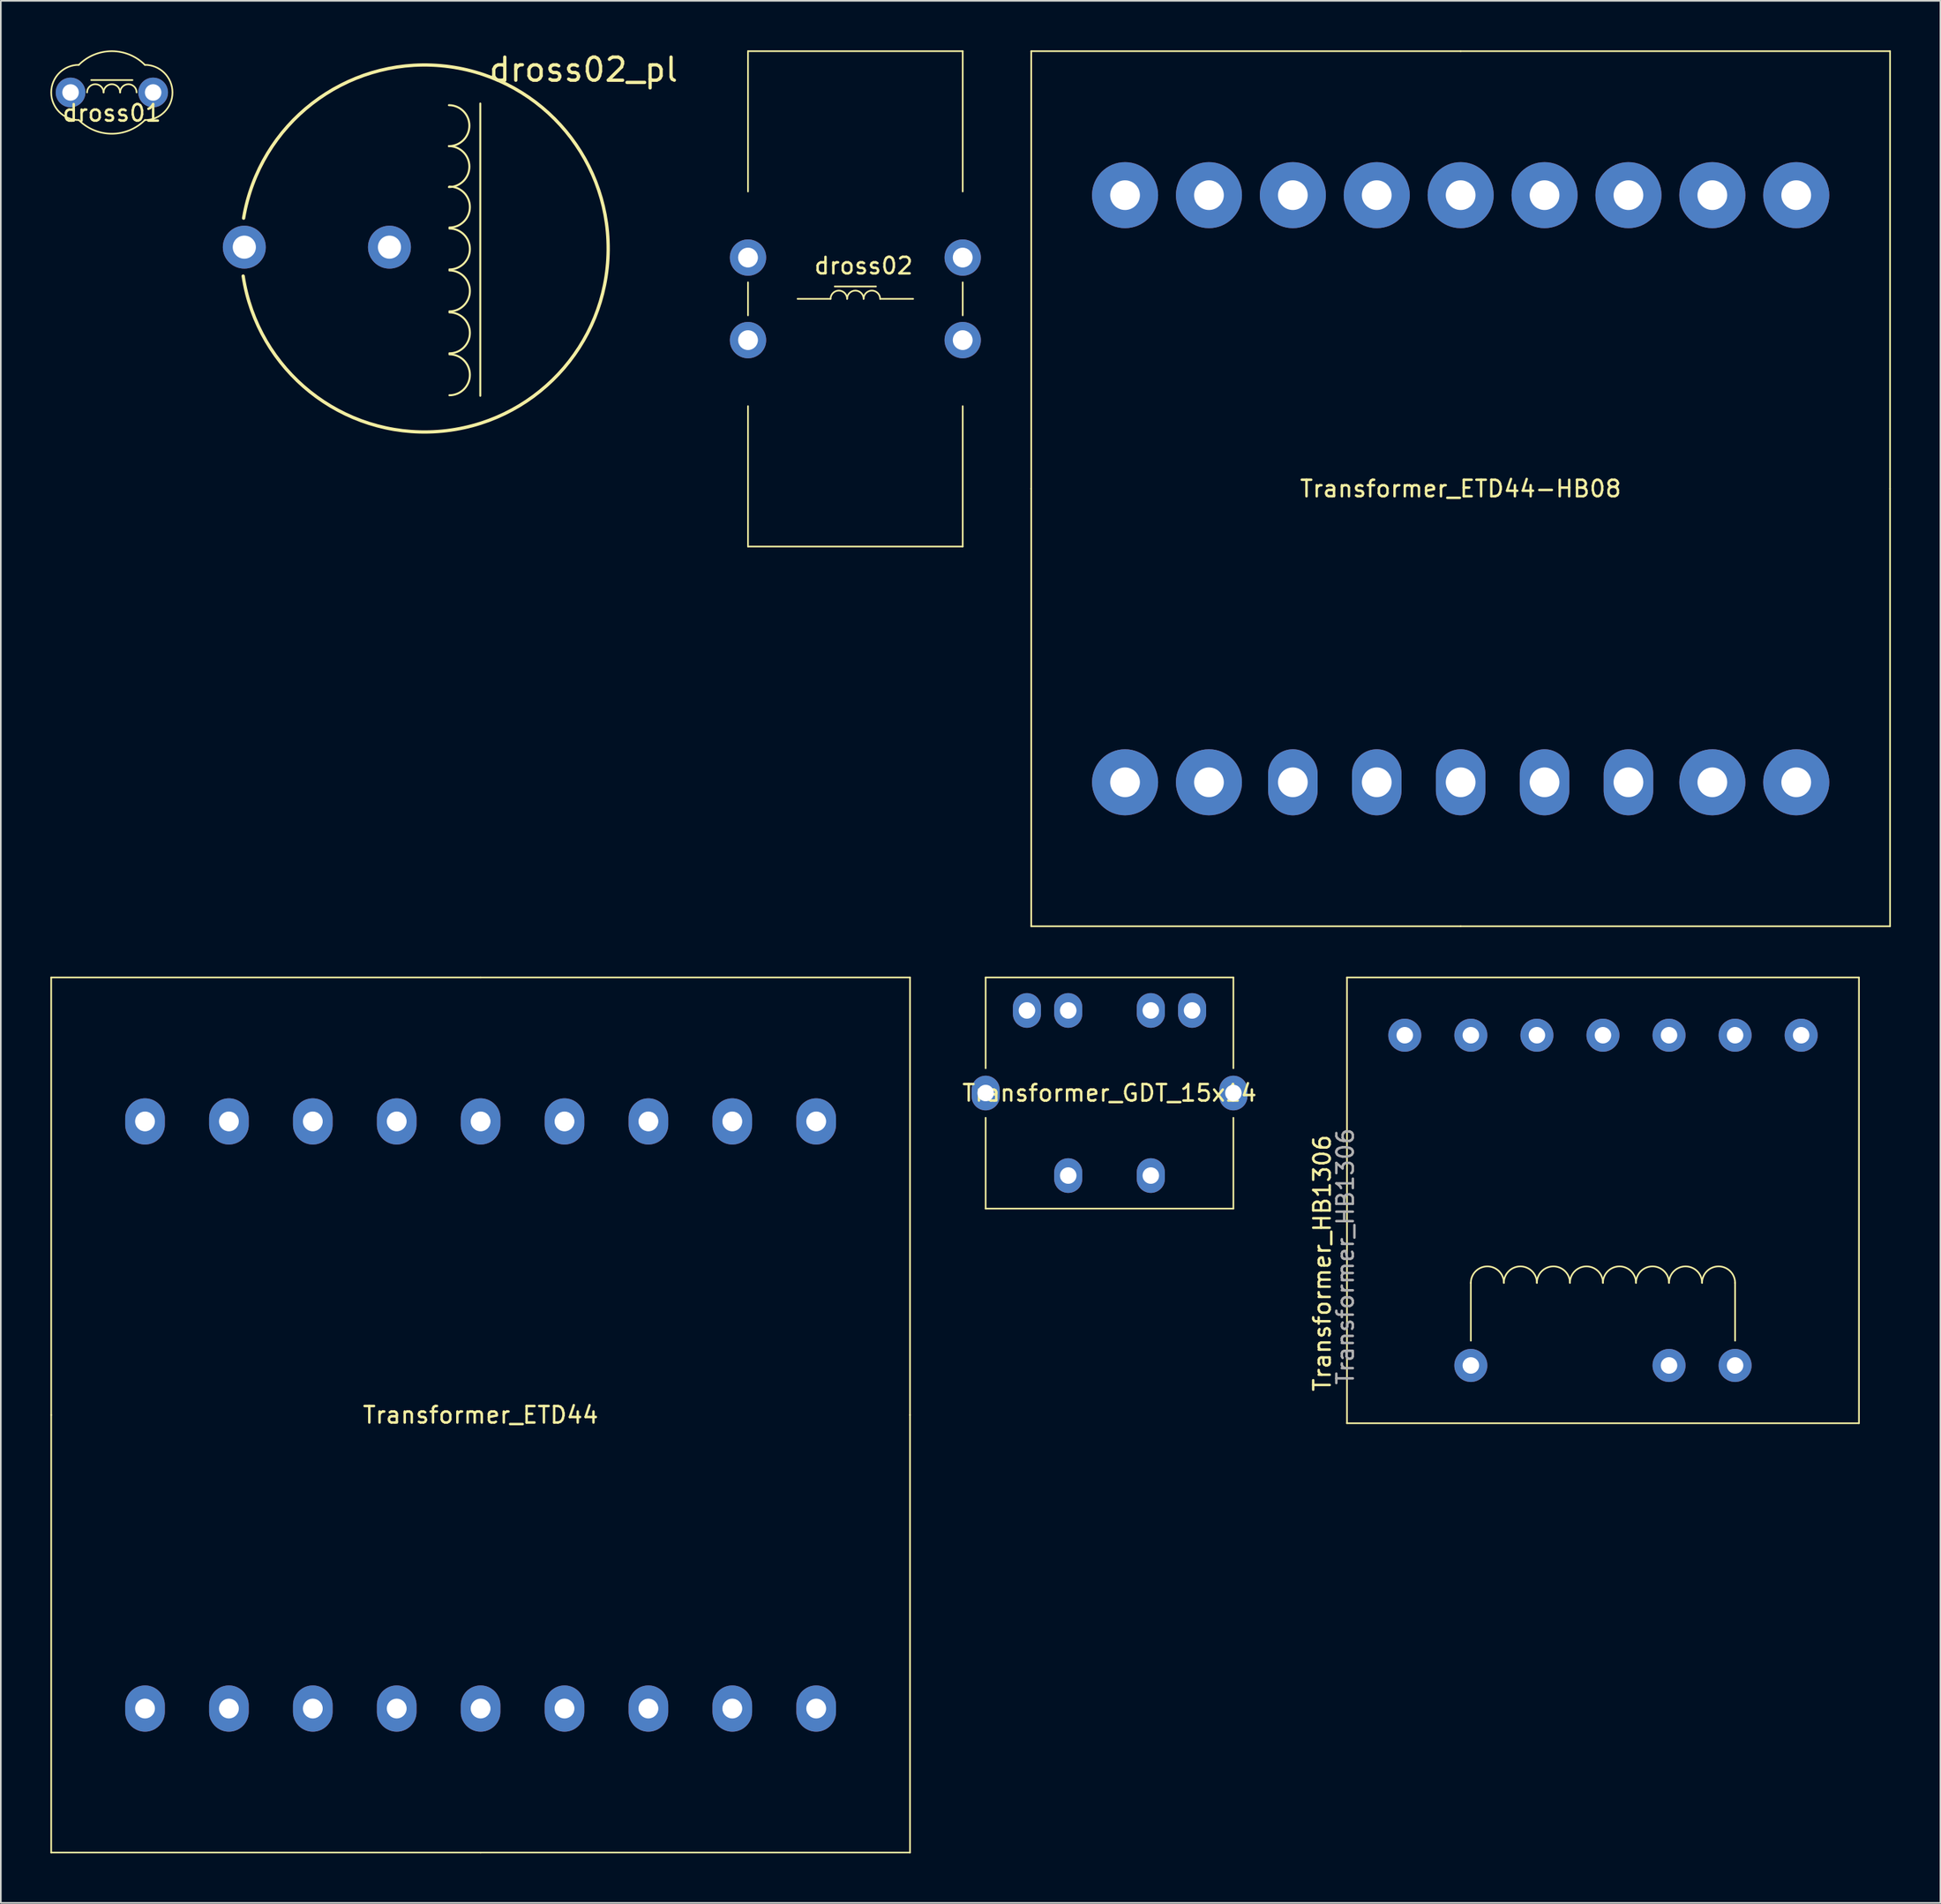
<source format=kicad_pcb>
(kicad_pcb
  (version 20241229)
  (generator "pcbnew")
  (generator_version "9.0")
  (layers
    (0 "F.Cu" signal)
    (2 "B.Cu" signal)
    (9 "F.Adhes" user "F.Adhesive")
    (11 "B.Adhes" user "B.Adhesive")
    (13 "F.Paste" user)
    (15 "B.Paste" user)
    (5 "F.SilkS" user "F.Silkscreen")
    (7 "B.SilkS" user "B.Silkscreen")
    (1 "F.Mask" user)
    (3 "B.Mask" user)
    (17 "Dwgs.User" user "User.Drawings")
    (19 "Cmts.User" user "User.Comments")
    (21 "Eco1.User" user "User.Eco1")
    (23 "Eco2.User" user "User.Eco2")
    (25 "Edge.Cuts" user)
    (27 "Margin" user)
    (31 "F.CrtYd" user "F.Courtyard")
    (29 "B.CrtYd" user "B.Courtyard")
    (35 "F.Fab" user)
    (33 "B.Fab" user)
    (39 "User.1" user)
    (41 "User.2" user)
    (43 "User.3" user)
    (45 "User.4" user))
  (footprint "Transformer_ETD44"
    (layer "F.Cu")
    (at 26.05 82.65)
    (property "Reference" "Transformer_ETD44" (at 0 0 180) (layer "F.SilkS") (effects (font (size 1 1) (thickness 0.15))))
    (attr through_hole)
    (fp_line (start -26 0) (end -26 -26.5) (stroke (width 0.1) (type default)) (layer "F.SilkS"))
    (fp_line (start -26 26.5) (end -26 0) (stroke (width 0.1) (type default)) (layer "F.SilkS"))
    (fp_line (start -26 26.5) (end 0 26.5) (stroke (width 0.1) (type default)) (layer "F.SilkS"))
    (fp_line (start 0 -26.5) (end -26 -26.5) (stroke (width 0.1) (type default)) (layer "F.SilkS"))
    (fp_line (start 0 26.5) (end 26 26.5) (stroke (width 0.1) (type default)) (layer "F.SilkS"))
    (fp_line (start 26 -26.5) (end 0 -26.5) (stroke (width 0.1) (type default)) (layer "F.SilkS"))
    (fp_line (start 26 0) (end 26 -26.5) (stroke (width 0.1) (type default)) (layer "F.SilkS"))
    (fp_line (start 26 26.5) (end 26 0) (stroke (width 0.1) (type default)) (layer "F.SilkS"))
    (pad "1" thru_hole oval (at -20.32 17.78) (size 2.4 2.8) (drill 1.2) (layers "*.Cu" "*.Mask"))
    (pad "2" thru_hole oval (at -15.24 17.78) (size 2.4 2.8) (drill 1.2) (layers "*.Cu" "*.Mask"))
    (pad "3" thru_hole oval (at -10.16 17.78) (size 2.4 2.8) (drill 1.2) (layers "*.Cu" "*.Mask"))
    (pad "4" thru_hole oval (at -5.08 17.78) (size 2.4 2.8) (drill 1.2) (layers "*.Cu" "*.Mask"))
    (pad "5" thru_hole oval (at 0 17.78) (size 2.4 2.8) (drill 1.2) (layers "*.Cu" "*.Mask"))
    (pad "6" thru_hole oval (at 5.08 17.78) (size 2.4 2.8) (drill 1.2) (layers "*.Cu" "*.Mask"))
    (pad "7" thru_hole oval (at 10.16 17.78) (size 2.4 2.8) (drill 1.2) (layers "*.Cu" "*.Mask"))
    (pad "8" thru_hole oval (at 15.24 17.78) (size 2.4 2.8) (drill 1.2) (layers "*.Cu" "*.Mask"))
    (pad "9" thru_hole oval (at 20.32 17.78) (size 2.4 2.8) (drill 1.2) (layers "*.Cu" "*.Mask"))
    (pad "10" thru_hole oval (at 20.32 -17.78) (size 2.4 2.8) (drill 1.2) (layers "*.Cu" "*.Mask"))
    (pad "11" thru_hole oval (at 15.24 -17.78) (size 2.4 2.8) (drill 1.2) (layers "*.Cu" "*.Mask"))
    (pad "12" thru_hole oval (at 10.16 -17.78) (size 2.4 2.8) (drill 1.2) (layers "*.Cu" "*.Mask"))
    (pad "13" thru_hole oval (at 5.08 -17.78) (size 2.4 2.8) (drill 1.2) (layers "*.Cu" "*.Mask"))
    (pad "14" thru_hole oval (at 0 -17.78) (size 2.4 2.8) (drill 1.2) (layers "*.Cu" "*.Mask"))
    (pad "15" thru_hole oval (at -5.08 -17.78) (size 2.4 2.8) (drill 1.2) (layers "*.Cu" "*.Mask"))
    (pad "16" thru_hole oval (at -10.16 -17.78) (size 2.4 2.8) (drill 1.2) (layers "*.Cu" "*.Mask"))
    (pad "17" thru_hole oval (at -15.24 -17.78) (size 2.4 2.8) (drill 1.2) (layers "*.Cu" "*.Mask"))
    (pad "18" thru_hole oval (at -20.32 -17.78) (size 2.4 2.8) (drill 1.2) (layers "*.Cu" "*.Mask")))
  (footprint "dross02"
    (layer "F.Cu")
    (at 42.241 20.05)
    (property "Reference" "dross02" (at 7 -7 0) (layer "F.SilkS") (effects (font (size 1 1) (thickness 0.15))))
    (fp_line (start 0 -20) (end 0 -11.5) (stroke (width 0.1) (type default)) (layer "F.SilkS"))
    (fp_line (start 0 -6) (end 0 -4) (stroke (width 0.1) (type default)) (layer "F.SilkS"))
    (fp_line (start 0 1.5) (end 0 10) (stroke (width 0.1) (type default)) (layer "F.SilkS"))
    (fp_line (start 0 10) (end 13 10) (stroke (width 0.1) (type default)) (layer "F.SilkS"))
    (fp_line (start 3 -5) (end 5 -5) (stroke (width 0.1) (type default)) (layer "F.SilkS"))
    (fp_line (start 5.25 -5.75) (end 7.75 -5.75) (stroke (width 0.1) (type default)) (layer "F.SilkS"))
    (fp_line (start 8 -5) (end 10 -5) (stroke (width 0.1) (type default)) (layer "F.SilkS"))
    (fp_line (start 13 -20) (end 0 -20) (stroke (width 0.1) (type default)) (layer "F.SilkS"))
    (fp_line (start 13 -20) (end 13 -11.5) (stroke (width 0.1) (type default)) (layer "F.SilkS"))
    (fp_line (start 13 -6) (end 13 -4) (stroke (width 0.1) (type default)) (layer "F.SilkS"))
    (fp_line (start 13 1.5) (end 13 10) (stroke (width 0.1) (type default)) (layer "F.SilkS"))
    (fp_arc (start 5 -5) (mid 5.5 -5.5) (end 6 -5) (stroke (width 0.1) (type default)) (layer "F.SilkS"))
    (fp_arc (start 6 -5) (mid 6.5 -5.5) (end 7 -5) (stroke (width 0.1) (type default)) (layer "F.SilkS"))
    (fp_arc (start 7 -5) (mid 7.5 -5.5) (end 8 -5) (stroke (width 0.1) (type default)) (layer "F.SilkS"))
    (pad "1" thru_hole circle (at 0 -7.5) (size 2.2 2.2) (drill 1.2) (layers "*.Cu" "*.Mask"))
    (pad "1" thru_hole circle (at 0 -2.5) (size 2.2 2.2) (drill 1.2) (layers "*.Cu" "*.Mask"))
    (pad "2" thru_hole circle (at 13 -7.5) (size 2.2 2.2) (drill 1.2) (layers "*.Cu" "*.Mask"))
    (pad "2" thru_hole circle (at 13 -2.5) (size 2.2 2.2) (drill 1.2) (layers "*.Cu" "*.Mask")))
  (footprint "Transformer_HB1306"
    (layer "F.Cu")
    (at 82.008 79.65)
    (property "Reference" "Transformer_HB1306" (at -5 -6.2 90) (layer "F.SilkS") (effects (font (size 1 1) (thickness 0.15))))
    (attr through_hole)
    (fp_line (start -3.5 -23.5) (end -3.5 3.5) (stroke (width 0.1) (type default)) (layer "F.SilkS"))
    (fp_line (start -3.5 3.5) (end 27.5 3.5) (stroke (width 0.1) (type default)) (layer "F.SilkS"))
    (fp_line (start 4 -5) (end 4 -1.5) (stroke (width 0.1) (type default)) (layer "F.SilkS"))
    (fp_line (start 20 -5) (end 20 -1.5) (stroke (width 0.1) (type default)) (layer "F.SilkS"))
    (fp_line (start 27.5 -23.5) (end -3.5 -23.5) (stroke (width 0.1) (type default)) (layer "F.SilkS"))
    (fp_line (start 27.5 3.5) (end 27.5 -23.5) (stroke (width 0.1) (type default)) (layer "F.SilkS"))
    (fp_arc (start 4 -5) (mid 5 -6) (end 6 -5) (stroke (width 0.1) (type default)) (layer "F.SilkS"))
    (fp_arc (start 6 -5) (mid 7 -6) (end 8 -5) (stroke (width 0.1) (type default)) (layer "F.SilkS"))
    (fp_arc (start 8 -5) (mid 9 -6) (end 10 -5) (stroke (width 0.1) (type default)) (layer "F.SilkS"))
    (fp_arc (start 10 -5) (mid 11 -6) (end 12 -5) (stroke (width 0.1) (type default)) (layer "F.SilkS"))
    (fp_arc (start 12 -5) (mid 13 -6) (end 14 -5) (stroke (width 0.1) (type default)) (layer "F.SilkS"))
    (fp_arc (start 14 -5) (mid 15 -6) (end 16 -5) (stroke (width 0.1) (type default)) (layer "F.SilkS"))
    (fp_arc (start 16 -5) (mid 17 -6) (end 18 -5) (stroke (width 0.1) (type default)) (layer "F.SilkS"))
    (fp_arc (start 18 -5) (mid 19 -6) (end 20 -5) (stroke (width 0.1) (type default)) (layer "F.SilkS"))
    (fp_text user "${REFERENCE}" (at -3.6 -6.6 90) (layer "F.Fab") (effects (font (size 1 1) (thickness 0.15))))
    (pad "0" thru_hole circle (at 0 -20) (size 2 2) (drill 1) (layers "*.Cu" "*.Mask"))
    (pad "1" thru_hole circle (at 4 0) (size 2 2) (drill 1) (layers "*.Cu" "*.Mask"))
    (pad "2" thru_hole circle (at 16 0) (size 2 2) (drill 1) (layers "*.Cu" "*.Mask"))
    (pad "3" thru_hole circle (at 20 0) (size 2 2) (drill 1) (layers "*.Cu" "*.Mask"))
    (pad "4" thru_hole circle (at 24 -20) (size 2 2) (drill 1) (layers "*.Cu" "*.Mask"))
    (pad "5" thru_hole circle (at 20 -20) (size 2 2) (drill 1) (layers "*.Cu" "*.Mask"))
    (pad "6" thru_hole circle (at 16 -20) (size 2 2) (drill 1) (layers "*.Cu" "*.Mask"))
    (pad "7" thru_hole circle (at 12 -20) (size 2 2) (drill 1) (layers "*.Cu" "*.Mask"))
    (pad "8" thru_hole circle (at 8 -20) (size 2 2) (drill 1) (layers "*.Cu" "*.Mask"))
    (pad "9" thru_hole circle (at 4 -20) (size 2 2) (drill 1) (layers "*.Cu" "*.Mask")))
  (footprint "dross01"
    (layer "F.Cu")
    (at 3.722 2.55)
    (property "Reference" "dross01" (at 0 1.25 0) (layer "F.SilkS") (effects (font (size 1 1) (thickness 0.15))))
    (fp_line (start -1.25 -0.75) (end 1.25 -0.75) (stroke (width 0.1) (type default)) (layer "F.SilkS"))
    (fp_arc (start -2 -1.671573) (mid 0 -2.5) (end 2 -1.671573) (stroke (width 0.1) (type default)) (layer "F.SilkS"))
    (fp_arc (start -2 1.671573) (mid -3.671573 0) (end -2 -1.671573) (stroke (width 0.1) (type default)) (layer "F.SilkS"))
    (fp_arc (start -1.5 0) (mid -1 -0.5) (end -0.5 0) (stroke (width 0.1) (type default)) (layer "F.SilkS"))
    (fp_arc (start -0.5 0) (mid 0 -0.5) (end 0.5 0) (stroke (width 0.1) (type default)) (layer "F.SilkS"))
    (fp_arc (start 0.5 0) (mid 1 -0.5) (end 1.5 0) (stroke (width 0.1) (type default)) (layer "F.SilkS"))
    (fp_arc (start 2 -1.671573) (mid 3.671573 0) (end 2 1.671573) (stroke (width 0.1) (type default)) (layer "F.SilkS"))
    (fp_arc (start 2 1.671573) (mid 0 2.5) (end -2 1.671573) (stroke (width 0.1) (type default)) (layer "F.SilkS"))
    (pad "1" thru_hole circle (at -2.5 0) (size 1.8 1.8) (drill 1) (layers "*.Cu" "*.Mask"))
    (pad "2" thru_hole circle (at 2.5 0) (size 1.8 1.8) (drill 1) (layers "*.Cu" "*.Mask")))
  (footprint "dross02_pl"
    (layer "F.Cu")
    (at 22.531 11.92)
    (property "Reference" "dross02_pl" (at 9.75 -10.75 0) (layer "F.SilkS") (effects (font (size 1.4 1.4) (thickness 0.2))))
    (fp_line (start 3.5 -8.7) (end 3.5 9) (stroke (width 0.12) (type solid)) (layer "F.SilkS"))
    (fp_arc (start -10.831064 -1.757218) (mid 11.243646 0.16467) (end -10.857783 1.75) (stroke (width 0.2) (type solid)) (layer "F.SilkS"))
    (fp_arc (start 1.6 -8.6) (mid 2.84 -7.36) (end 1.6 -6.12) (stroke (width 0.12) (type solid)) (layer "F.SilkS"))
    (fp_arc (start 1.6 -6.12) (mid 2.84 -4.88) (end 1.6 -3.64) (stroke (width 0.12) (type solid)) (layer "F.SilkS"))
    (fp_arc (start 1.63 -3.67) (mid 2.87 -2.43) (end 1.63 -1.19) (stroke (width 0.12) (type solid)) (layer "F.SilkS"))
    (fp_arc (start 1.63 -1.13) (mid 2.87 0.11) (end 1.63 1.35) (stroke (width 0.12) (type solid)) (layer "F.SilkS"))
    (fp_arc (start 1.63 1.41) (mid 2.87 2.65) (end 1.63 3.89) (stroke (width 0.12) (type solid)) (layer "F.SilkS"))
    (fp_arc (start 1.63 3.95) (mid 2.87 5.19) (end 1.63 6.43) (stroke (width 0.12) (type solid)) (layer "F.SilkS"))
    (fp_arc (start 1.63 6.49) (mid 2.87 7.73) (end 1.63 8.97) (stroke (width 0.12) (type solid)) (layer "F.SilkS"))
    (pad "1" thru_hole circle (at -10.788 0) (size 2.6 2.6) (drill 1.4) (layers "*.Cu" "*.Mask"))
    (pad "2" thru_hole circle (at -2 0) (size 2.6 2.6) (drill 1.4) (layers "*.Cu" "*.Mask")))
  (footprint "Transformer_GDT_15x14"
    (layer "F.Cu")
    (at 64.13 63.15)
    (property "Reference" "Transformer_GDT_15x14" (at 0 0 180) (layer "F.SilkS") (effects (font (size 1 1) (thickness 0.15))))
    (attr through_hole)
    (fp_line (start -7.5 -7) (end 7.5 -7) (stroke (width 0.1) (type default)) (layer "F.SilkS"))
    (fp_line (start -7.5 -1.5) (end -7.5 -7) (stroke (width 0.1) (type default)) (layer "F.SilkS"))
    (fp_line (start -7.5 7) (end -7.5 1.5) (stroke (width 0.1) (type default)) (layer "F.SilkS"))
    (fp_line (start 7.5 -7) (end 7.5 -1.5) (stroke (width 0.1) (type default)) (layer "F.SilkS"))
    (fp_line (start 7.5 1.5) (end 7.5 7) (stroke (width 0.1) (type default)) (layer "F.SilkS"))
    (fp_line (start 7.5 7) (end -7.5 7) (stroke (width 0.1) (type default)) (layer "F.SilkS"))
    (pad "0" thru_hole oval (at -7.5 0) (size 1.7 2.1) (drill 1) (layers "*.Cu" "*.Mask"))
    (pad "0" thru_hole oval (at 7.5 0) (size 1.7 2.1) (drill 1) (layers "*.Cu" "*.Mask"))
    (pad "1" thru_hole oval (at -2.5 5) (size 1.7 2.1) (drill 1) (layers "*.Cu" "*.Mask"))
    (pad "2" thru_hole oval (at 2.5 5) (size 1.7 2.1) (drill 1) (layers "*.Cu" "*.Mask"))
    (pad "3" thru_hole oval (at 5 -5) (size 1.7 2.1) (drill 1) (layers "*.Cu" "*.Mask"))
    (pad "4" thru_hole oval (at 2.5 -5) (size 1.7 2.1) (drill 1) (layers "*.Cu" "*.Mask"))
    (pad "5" thru_hole oval (at -2.5 -5) (size 1.7 2.1) (drill 1) (layers "*.Cu" "*.Mask"))
    (pad "6" thru_hole oval (at -5 -5) (size 1.7 2.1) (drill 1) (layers "*.Cu" "*.Mask")))
  (footprint "Transformer_ETD44-HB08"
    (layer "F.Cu")
    (at 85.391 26.55)
    (property "Reference" "Transformer_ETD44-HB08" (at 0 0 180) (layer "F.SilkS") (effects (font (size 1 1) (thickness 0.15))))
    (attr through_hole)
    (fp_line (start -26 0) (end -26 -26.5) (stroke (width 0.1) (type default)) (layer "F.SilkS"))
    (fp_line (start -26 26.5) (end -26 0) (stroke (width 0.1) (type default)) (layer "F.SilkS"))
    (fp_line (start -26 26.5) (end 0 26.5) (stroke (width 0.1) (type default)) (layer "F.SilkS"))
    (fp_line (start 0 -26.5) (end -26 -26.5) (stroke (width 0.1) (type default)) (layer "F.SilkS"))
    (fp_line (start 0 26.5) (end 26 26.5) (stroke (width 0.1) (type default)) (layer "F.SilkS"))
    (fp_line (start 26 -26.5) (end 0 -26.5) (stroke (width 0.1) (type default)) (layer "F.SilkS"))
    (fp_line (start 26 0) (end 26 -26.5) (stroke (width 0.1) (type default)) (layer "F.SilkS"))
    (fp_line (start 26 26.5) (end 26 0) (stroke (width 0.1) (type default)) (layer "F.SilkS"))
    (pad "1" thru_hole oval (at -20.32 17.78) (size 4 4) (drill 1.8) (layers "*.Cu" "*.Mask"))
    (pad "2" thru_hole oval (at -15.24 17.78) (size 4 4) (drill 1.8) (layers "*.Cu" "*.Mask"))
    (pad "3" thru_hole oval (at -10.16 17.78) (size 3 4) (drill 1.8) (layers "*.Cu" "*.Mask"))
    (pad "4" thru_hole oval (at -5.08 17.78) (size 3 4) (drill 1.8) (layers "*.Cu" "*.Mask"))
    (pad "5" thru_hole oval (at 0 17.78) (size 3 4) (drill 1.8) (layers "*.Cu" "*.Mask"))
    (pad "6" thru_hole oval (at 5.08 17.78) (size 3 4) (drill 1.8) (layers "*.Cu" "*.Mask"))
    (pad "7" thru_hole oval (at 10.16 17.78) (size 3 4) (drill 1.8) (layers "*.Cu" "*.Mask"))
    (pad "8" thru_hole oval (at 15.24 17.78) (size 4 4) (drill 1.8) (layers "*.Cu" "*.Mask"))
    (pad "9" thru_hole oval (at 20.32 17.78) (size 4 4) (drill 1.8) (layers "*.Cu" "*.Mask"))
    (pad "10" thru_hole oval (at 20.32 -17.78) (size 4 4) (drill 1.8) (layers "*.Cu" "*.Mask"))
    (pad "11" thru_hole oval (at 15.24 -17.78) (size 4 4) (drill 1.8) (layers "*.Cu" "*.Mask"))
    (pad "12" thru_hole oval (at 10.16 -17.78) (size 4 4) (drill 1.8) (layers "*.Cu" "*.Mask"))
    (pad "13" thru_hole oval (at 5.08 -17.78) (size 4 4) (drill 1.8) (layers "*.Cu" "*.Mask"))
    (pad "14" thru_hole oval (at 0 -17.78) (size 4 4) (drill 1.8) (layers "*.Cu" "*.Mask"))
    (pad "15" thru_hole oval (at -5.08 -17.78) (size 4 4) (drill 1.8) (layers "*.Cu" "*.Mask"))
    (pad "16" thru_hole oval (at -10.16 -17.78) (size 4 4) (drill 1.8) (layers "*.Cu" "*.Mask"))
    (pad "17" thru_hole oval (at -15.24 -17.78) (size 4 4) (drill 1.8) (layers "*.Cu" "*.Mask"))
    (pad "18" thru_hole oval (at -20.32 -17.78) (size 4 4) (drill 1.8) (layers "*.Cu" "*.Mask")))
  (gr_rect
    (start -3 -3)
    (end 114.441 112.2)
    (stroke (width 0.1) (type default))
    (fill no)
    (layer "Edge.Cuts")))
</source>
